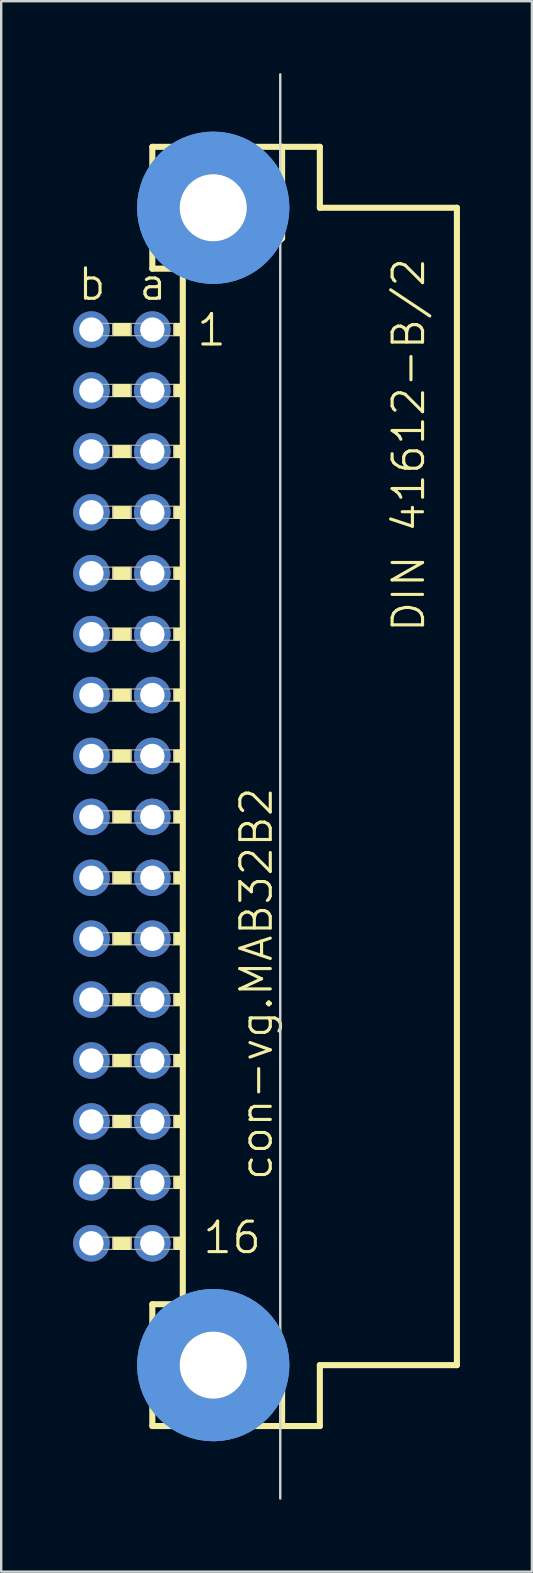
<source format=kicad_pcb>
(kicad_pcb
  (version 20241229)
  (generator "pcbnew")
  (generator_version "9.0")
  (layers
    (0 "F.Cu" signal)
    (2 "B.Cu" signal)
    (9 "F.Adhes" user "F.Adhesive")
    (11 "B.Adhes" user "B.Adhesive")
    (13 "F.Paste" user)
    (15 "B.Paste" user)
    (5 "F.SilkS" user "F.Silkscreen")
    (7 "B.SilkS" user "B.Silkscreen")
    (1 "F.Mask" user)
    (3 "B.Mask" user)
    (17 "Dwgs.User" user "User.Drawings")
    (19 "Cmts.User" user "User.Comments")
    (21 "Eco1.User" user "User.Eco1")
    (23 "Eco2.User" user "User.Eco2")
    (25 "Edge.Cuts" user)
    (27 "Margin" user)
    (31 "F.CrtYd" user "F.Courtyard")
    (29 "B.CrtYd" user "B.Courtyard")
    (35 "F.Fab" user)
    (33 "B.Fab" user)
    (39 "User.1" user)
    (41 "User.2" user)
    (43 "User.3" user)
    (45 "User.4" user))
  (footprint "con-vg.MAB32B2"
    (layer "F.Cu")
    (at 5.842 29.743)
    (property "Reference" "con-vg.MAB32B2" (at 2.54 16.51 90) (layer "F.SilkS") (effects (font (size 1.27 1.27) (thickness 0.13)) (justify left bottom)))
    (attr through_hole)
    (fp_line (start -2.54 -26.67) (end -2.54 -21.59) (stroke (width 0.254) (type default)) (layer "F.SilkS"))
    (fp_line (start -2.54 -21.59) (end -1.27 -21.59) (stroke (width 0.254) (type default)) (layer "F.SilkS"))
    (fp_line (start -2.54 21.59) (end -2.54 26.67) (stroke (width 0.254) (type default)) (layer "F.SilkS"))
    (fp_line (start -2.54 21.59) (end 1.27 21.59) (stroke (width 0.254) (type default)) (layer "F.SilkS"))
    (fp_line (start -2.54 26.67) (end 2.87 26.67) (stroke (width 0.254) (type default)) (layer "F.SilkS"))
    (fp_line (start -1.27 -21.59) (end -1.27 21.463) (stroke (width 0.254) (type default)) (layer "F.SilkS"))
    (fp_line (start -1.27 -21.59) (end 1.6 -21.59) (stroke (width 0.254) (type default)) (layer "F.SilkS"))
    (fp_line (start 1.6 -21.59) (end 2.87 -22.86) (stroke (width 0.254) (type default)) (layer "F.SilkS"))
    (fp_line (start 2.794 -22.225) (end 2.794 22.225) (stroke (width 0.051) (type default)) (layer "F.SilkS"))
    (fp_line (start 2.87 -26.67) (end -2.54 -26.67) (stroke (width 0.254) (type default)) (layer "F.SilkS"))
    (fp_line (start 2.87 -22.86) (end 2.87 -26.67) (stroke (width 0.254) (type default)) (layer "F.SilkS"))
    (fp_line (start 2.87 23.19) (end 1.27 21.59) (stroke (width 0.254) (type default)) (layer "F.SilkS"))
    (fp_line (start 2.87 23.19) (end 2.87 26.67) (stroke (width 0.254) (type default)) (layer "F.SilkS"))
    (fp_line (start 2.87 26.67) (end 4.445 26.67) (stroke (width 0.254) (type default)) (layer "F.SilkS"))
    (fp_line (start 4.445 -26.67) (end 2.87 -26.67) (stroke (width 0.254) (type default)) (layer "F.SilkS"))
    (fp_line (start 4.445 -24.13) (end 4.445 -26.67) (stroke (width 0.254) (type default)) (layer "F.SilkS"))
    (fp_line (start 4.445 24.13) (end 10.16 24.13) (stroke (width 0.254) (type default)) (layer "F.SilkS"))
    (fp_line (start 4.445 26.67) (end 4.445 24.13) (stroke (width 0.254) (type default)) (layer "F.SilkS"))
    (fp_line (start 10.16 -24.13) (end 4.445 -24.13) (stroke (width 0.254) (type default)) (layer "F.SilkS"))
    (fp_line (start 10.16 24.13) (end 10.16 -24.13) (stroke (width 0.254) (type default)) (layer "F.SilkS"))
    (fp_rect (start -4.191 -18.796) (end -3.429 -19.304) (stroke (width 0.05) (type default)) (fill yes) (layer "F.SilkS"))
    (fp_rect (start -4.191 -16.256) (end -3.429 -16.764) (stroke (width 0.05) (type default)) (fill yes) (layer "F.SilkS"))
    (fp_rect (start -4.191 -13.716) (end -3.429 -14.224) (stroke (width 0.05) (type default)) (fill yes) (layer "F.SilkS"))
    (fp_rect (start -4.191 -11.176) (end -3.429 -11.684) (stroke (width 0.05) (type default)) (fill yes) (layer "F.SilkS"))
    (fp_rect (start -4.191 -8.636) (end -3.429 -9.144) (stroke (width 0.05) (type default)) (fill yes) (layer "F.SilkS"))
    (fp_rect (start -4.191 -6.096) (end -3.429 -6.604) (stroke (width 0.05) (type default)) (fill yes) (layer "F.SilkS"))
    (fp_rect (start -4.191 -3.556) (end -3.429 -4.064) (stroke (width 0.05) (type default)) (fill yes) (layer "F.SilkS"))
    (fp_rect (start -4.191 -1.016) (end -3.429 -1.524) (stroke (width 0.05) (type default)) (fill yes) (layer "F.SilkS"))
    (fp_rect (start -4.191 1.524) (end -3.429 1.016) (stroke (width 0.05) (type default)) (fill yes) (layer "F.SilkS"))
    (fp_rect (start -4.191 4.064) (end -3.429 3.556) (stroke (width 0.05) (type default)) (fill yes) (layer "F.SilkS"))
    (fp_rect (start -4.191 6.604) (end -3.429 6.096) (stroke (width 0.05) (type default)) (fill yes) (layer "F.SilkS"))
    (fp_rect (start -4.191 9.144) (end -3.429 8.636) (stroke (width 0.05) (type default)) (fill yes) (layer "F.SilkS"))
    (fp_rect (start -4.191 11.684) (end -3.429 11.176) (stroke (width 0.05) (type default)) (fill yes) (layer "F.SilkS"))
    (fp_rect (start -4.191 14.224) (end -3.429 13.716) (stroke (width 0.05) (type default)) (fill yes) (layer "F.SilkS"))
    (fp_rect (start -4.191 16.764) (end -3.429 16.256) (stroke (width 0.05) (type default)) (fill yes) (layer "F.SilkS"))
    (fp_rect (start -4.191 19.304) (end -3.429 18.796) (stroke (width 0.05) (type default)) (fill yes) (layer "F.SilkS"))
    (fp_rect (start -1.651 -18.796) (end -1.27 -19.304) (stroke (width 0.05) (type default)) (fill yes) (layer "F.SilkS"))
    (fp_rect (start -1.651 -16.256) (end -1.27 -16.764) (stroke (width 0.05) (type default)) (fill yes) (layer "F.SilkS"))
    (fp_rect (start -1.651 -13.716) (end -1.27 -14.224) (stroke (width 0.05) (type default)) (fill yes) (layer "F.SilkS"))
    (fp_rect (start -1.651 -11.176) (end -1.27 -11.684) (stroke (width 0.05) (type default)) (fill yes) (layer "F.SilkS"))
    (fp_rect (start -1.651 -8.636) (end -1.27 -9.144) (stroke (width 0.05) (type default)) (fill yes) (layer "F.SilkS"))
    (fp_rect (start -1.651 -6.096) (end -1.27 -6.604) (stroke (width 0.05) (type default)) (fill yes) (layer "F.SilkS"))
    (fp_rect (start -1.651 -3.556) (end -1.27 -4.064) (stroke (width 0.05) (type default)) (fill yes) (layer "F.SilkS"))
    (fp_rect (start -1.651 -1.016) (end -1.27 -1.524) (stroke (width 0.05) (type default)) (fill yes) (layer "F.SilkS"))
    (fp_rect (start -1.651 1.524) (end -1.27 1.016) (stroke (width 0.05) (type default)) (fill yes) (layer "F.SilkS"))
    (fp_rect (start -1.651 4.064) (end -1.27 3.556) (stroke (width 0.05) (type default)) (fill yes) (layer "F.SilkS"))
    (fp_rect (start -1.651 6.604) (end -1.27 6.096) (stroke (width 0.05) (type default)) (fill yes) (layer "F.SilkS"))
    (fp_rect (start -1.651 9.144) (end -1.27 8.636) (stroke (width 0.05) (type default)) (fill yes) (layer "F.SilkS"))
    (fp_rect (start -1.651 11.684) (end -1.27 11.176) (stroke (width 0.05) (type default)) (fill yes) (layer "F.SilkS"))
    (fp_rect (start -1.651 14.224) (end -1.27 13.716) (stroke (width 0.05) (type default)) (fill yes) (layer "F.SilkS"))
    (fp_rect (start -1.651 16.764) (end -1.27 16.256) (stroke (width 0.05) (type default)) (fill yes) (layer "F.SilkS"))
    (fp_rect (start -1.651 19.304) (end -1.27 18.796) (stroke (width 0.05) (type default)) (fill yes) (layer "F.SilkS"))
    (fp_circle (center 0 -24.13) (end 1.27 -24.13) (stroke (width 0.254) (type default)) (fill no) (layer "F.SilkS"))
    (fp_circle (center 0 24.13) (end 1.27 24.13) (stroke (width 0.254) (type default)) (fill no) (layer "F.SilkS"))
    (fp_circle (center 0 -24.13) (end 2.286 -24.13) (stroke (width 1.778) (type default)) (fill no) (layer "Cmts.User"))
    (fp_circle (center 0 -24.13) (end 2.286 -24.13) (stroke (width 1.778) (type default)) (fill no) (layer "Cmts.User"))
    (fp_circle (center 0 24.13) (end 2.286 24.13) (stroke (width 1.778) (type default)) (fill no) (layer "Cmts.User"))
    (fp_circle (center 0 24.13) (end 2.286 24.13) (stroke (width 1.778) (type default)) (fill no) (layer "Cmts.User"))
    (fp_line (start 2.794 29.693) (end 2.794 -29.693) (stroke (width 0.1) (type default)) (layer "Edge.Cuts"))
    (fp_rect (start -5.334 -18.796) (end -4.191 -19.304) (stroke (width 0.05) (type default)) (fill no) (layer "F.Fab"))
    (fp_rect (start -5.334 -16.256) (end -4.191 -16.764) (stroke (width 0.05) (type default)) (fill no) (layer "F.Fab"))
    (fp_rect (start -5.334 -13.716) (end -4.191 -14.224) (stroke (width 0.05) (type default)) (fill no) (layer "F.Fab"))
    (fp_rect (start -5.334 -11.176) (end -4.191 -11.684) (stroke (width 0.05) (type default)) (fill no) (layer "F.Fab"))
    (fp_rect (start -5.334 -8.636) (end -4.191 -9.144) (stroke (width 0.05) (type default)) (fill no) (layer "F.Fab"))
    (fp_rect (start -5.334 -6.096) (end -4.191 -6.604) (stroke (width 0.05) (type default)) (fill no) (layer "F.Fab"))
    (fp_rect (start -5.334 -3.556) (end -4.191 -4.064) (stroke (width 0.05) (type default)) (fill no) (layer "F.Fab"))
    (fp_rect (start -5.334 -1.016) (end -4.191 -1.524) (stroke (width 0.05) (type default)) (fill no) (layer "F.Fab"))
    (fp_rect (start -5.334 1.524) (end -4.191 1.016) (stroke (width 0.05) (type default)) (fill no) (layer "F.Fab"))
    (fp_rect (start -5.334 4.064) (end -4.191 3.556) (stroke (width 0.05) (type default)) (fill no) (layer "F.Fab"))
    (fp_rect (start -5.334 6.604) (end -4.191 6.096) (stroke (width 0.05) (type default)) (fill no) (layer "F.Fab"))
    (fp_rect (start -5.334 9.144) (end -4.191 8.636) (stroke (width 0.05) (type default)) (fill no) (layer "F.Fab"))
    (fp_rect (start -5.334 11.684) (end -4.191 11.176) (stroke (width 0.05) (type default)) (fill no) (layer "F.Fab"))
    (fp_rect (start -5.334 14.224) (end -4.191 13.716) (stroke (width 0.05) (type default)) (fill no) (layer "F.Fab"))
    (fp_rect (start -5.334 16.764) (end -4.191 16.256) (stroke (width 0.05) (type default)) (fill no) (layer "F.Fab"))
    (fp_rect (start -5.334 19.304) (end -4.191 18.796) (stroke (width 0.05) (type default)) (fill no) (layer "F.Fab"))
    (fp_rect (start -3.429 -18.796) (end -1.651 -19.304) (stroke (width 0.05) (type default)) (fill no) (layer "F.Fab"))
    (fp_rect (start -3.429 -16.256) (end -1.651 -16.764) (stroke (width 0.05) (type default)) (fill no) (layer "F.Fab"))
    (fp_rect (start -3.429 -13.716) (end -1.651 -14.224) (stroke (width 0.05) (type default)) (fill no) (layer "F.Fab"))
    (fp_rect (start -3.429 -11.176) (end -1.651 -11.684) (stroke (width 0.05) (type default)) (fill no) (layer "F.Fab"))
    (fp_rect (start -3.429 -8.636) (end -1.651 -9.144) (stroke (width 0.05) (type default)) (fill no) (layer "F.Fab"))
    (fp_rect (start -3.429 -6.096) (end -1.651 -6.604) (stroke (width 0.05) (type default)) (fill no) (layer "F.Fab"))
    (fp_rect (start -3.429 -3.556) (end -1.651 -4.064) (stroke (width 0.05) (type default)) (fill no) (layer "F.Fab"))
    (fp_rect (start -3.429 -1.016) (end -1.651 -1.524) (stroke (width 0.05) (type default)) (fill no) (layer "F.Fab"))
    (fp_rect (start -3.429 1.524) (end -1.651 1.016) (stroke (width 0.05) (type default)) (fill no) (layer "F.Fab"))
    (fp_rect (start -3.429 4.064) (end -1.651 3.556) (stroke (width 0.05) (type default)) (fill no) (layer "F.Fab"))
    (fp_rect (start -3.429 6.604) (end -1.651 6.096) (stroke (width 0.05) (type default)) (fill no) (layer "F.Fab"))
    (fp_rect (start -3.429 9.144) (end -1.651 8.636) (stroke (width 0.05) (type default)) (fill no) (layer "F.Fab"))
    (fp_rect (start -3.429 11.684) (end -1.651 11.176) (stroke (width 0.05) (type default)) (fill no) (layer "F.Fab"))
    (fp_rect (start -3.429 14.224) (end -1.651 13.716) (stroke (width 0.05) (type default)) (fill no) (layer "F.Fab"))
    (fp_rect (start -3.429 16.764) (end -1.651 16.256) (stroke (width 0.05) (type default)) (fill no) (layer "F.Fab"))
    (fp_rect (start -3.429 19.304) (end -1.651 18.796) (stroke (width 0.05) (type default)) (fill no) (layer "F.Fab"))
    (fp_text user "1" (at -0.762 -18.288 0) (layer "F.SilkS") (effects (font (size 1.27 1.27) (thickness 0.13)) (justify left bottom)))
    (fp_text user "b" (at -5.715 -20.193 0) (layer "F.SilkS") (effects (font (size 1.27 1.27) (thickness 0.13)) (justify left bottom)))
    (fp_text user "a" (at -3.175 -20.193 0) (layer "F.SilkS") (effects (font (size 1.27 1.27) (thickness 0.13)) (justify left bottom)))
    (fp_text user "DIN 41612-B/2" (at 8.89 -6.35 90) (layer "F.SilkS") (effects (font (size 1.27 1.27) (thickness 0.13)) (justify left bottom)))
    (fp_text user "16" (at -0.508 19.558 0) (layer "F.SilkS") (effects (font (size 1.27 1.27) (thickness 0.13)) (justify left bottom)))
    (pad "" np_thru_hole circle (at 0 -24.13) (size 2.794 2.794) (drill 2.794) (layers "*.Cu" "*.Mask"))
    (pad "" np_thru_hole circle (at 0 24.13) (size 2.794 2.794) (drill 2.794) (layers "*.Cu" "*.Mask"))
    (pad "A1" thru_hole circle (at -2.54 -19.05) (size 1.524 1.524) (drill 1.016) (layers "*.Cu" "*.Mask"))
    (pad "A2" thru_hole circle (at -2.54 -16.51) (size 1.524 1.524) (drill 1.016) (layers "*.Cu" "*.Mask"))
    (pad "A3" thru_hole circle (at -2.54 -13.97) (size 1.524 1.524) (drill 1.016) (layers "*.Cu" "*.Mask"))
    (pad "A4" thru_hole circle (at -2.54 -11.43) (size 1.524 1.524) (drill 1.016) (layers "*.Cu" "*.Mask"))
    (pad "A5" thru_hole circle (at -2.54 -8.89) (size 1.524 1.524) (drill 1.016) (layers "*.Cu" "*.Mask"))
    (pad "A6" thru_hole circle (at -2.54 -6.35) (size 1.524 1.524) (drill 1.016) (layers "*.Cu" "*.Mask"))
    (pad "A7" thru_hole circle (at -2.54 -3.81) (size 1.524 1.524) (drill 1.016) (layers "*.Cu" "*.Mask"))
    (pad "A8" thru_hole circle (at -2.54 -1.27) (size 1.524 1.524) (drill 1.016) (layers "*.Cu" "*.Mask"))
    (pad "A9" thru_hole circle (at -2.54 1.27) (size 1.524 1.524) (drill 1.016) (layers "*.Cu" "*.Mask"))
    (pad "A10" thru_hole circle (at -2.54 3.81) (size 1.524 1.524) (drill 1.016) (layers "*.Cu" "*.Mask"))
    (pad "A11" thru_hole circle (at -2.54 6.35) (size 1.524 1.524) (drill 1.016) (layers "*.Cu" "*.Mask"))
    (pad "A12" thru_hole circle (at -2.54 8.89) (size 1.524 1.524) (drill 1.016) (layers "*.Cu" "*.Mask"))
    (pad "A13" thru_hole circle (at -2.54 11.43) (size 1.524 1.524) (drill 1.016) (layers "*.Cu" "*.Mask"))
    (pad "A14" thru_hole circle (at -2.54 13.97) (size 1.524 1.524) (drill 1.016) (layers "*.Cu" "*.Mask"))
    (pad "A15" thru_hole circle (at -2.54 16.51) (size 1.524 1.524) (drill 1.016) (layers "*.Cu" "*.Mask"))
    (pad "A16" thru_hole circle (at -2.54 19.05) (size 1.524 1.524) (drill 1.016) (layers "*.Cu" "*.Mask"))
    (pad "B1" thru_hole circle (at -5.08 -19.05) (size 1.524 1.524) (drill 1.016) (layers "*.Cu" "*.Mask"))
    (pad "B2" thru_hole circle (at -5.08 -16.51) (size 1.524 1.524) (drill 1.016) (layers "*.Cu" "*.Mask"))
    (pad "B3" thru_hole circle (at -5.08 -13.97) (size 1.524 1.524) (drill 1.016) (layers "*.Cu" "*.Mask"))
    (pad "B4" thru_hole circle (at -5.08 -11.43) (size 1.524 1.524) (drill 1.016) (layers "*.Cu" "*.Mask"))
    (pad "B5" thru_hole circle (at -5.08 -8.89) (size 1.524 1.524) (drill 1.016) (layers "*.Cu" "*.Mask"))
    (pad "B6" thru_hole circle (at -5.08 -6.35) (size 1.524 1.524) (drill 1.016) (layers "*.Cu" "*.Mask"))
    (pad "B7" thru_hole circle (at -5.08 -3.81) (size 1.524 1.524) (drill 1.016) (layers "*.Cu" "*.Mask"))
    (pad "B8" thru_hole circle (at -5.08 -1.27) (size 1.524 1.524) (drill 1.016) (layers "*.Cu" "*.Mask"))
    (pad "B9" thru_hole circle (at -5.08 1.27) (size 1.524 1.524) (drill 1.016) (layers "*.Cu" "*.Mask"))
    (pad "B10" thru_hole circle (at -5.08 3.81) (size 1.524 1.524) (drill 1.016) (layers "*.Cu" "*.Mask"))
    (pad "B11" thru_hole circle (at -5.08 6.35) (size 1.524 1.524) (drill 1.016) (layers "*.Cu" "*.Mask"))
    (pad "B12" thru_hole circle (at -5.08 8.89) (size 1.524 1.524) (drill 1.016) (layers "*.Cu" "*.Mask"))
    (pad "B13" thru_hole circle (at -5.08 11.43) (size 1.524 1.524) (drill 1.016) (layers "*.Cu" "*.Mask"))
    (pad "B14" thru_hole circle (at -5.08 13.97) (size 1.524 1.524) (drill 1.016) (layers "*.Cu" "*.Mask"))
    (pad "B15" thru_hole circle (at -5.08 16.51) (size 1.524 1.524) (drill 1.016) (layers "*.Cu" "*.Mask"))
    (pad "B16" thru_hole circle (at -5.08 19.05) (size 1.524 1.524) (drill 1.016) (layers "*.Cu" "*.Mask")))
  (gr_rect
    (start -3 -3)
    (end 19.129 62.485)
    (stroke (width 0.1) (type default))
    (fill no)
    (layer "Edge.Cuts")))
</source>
